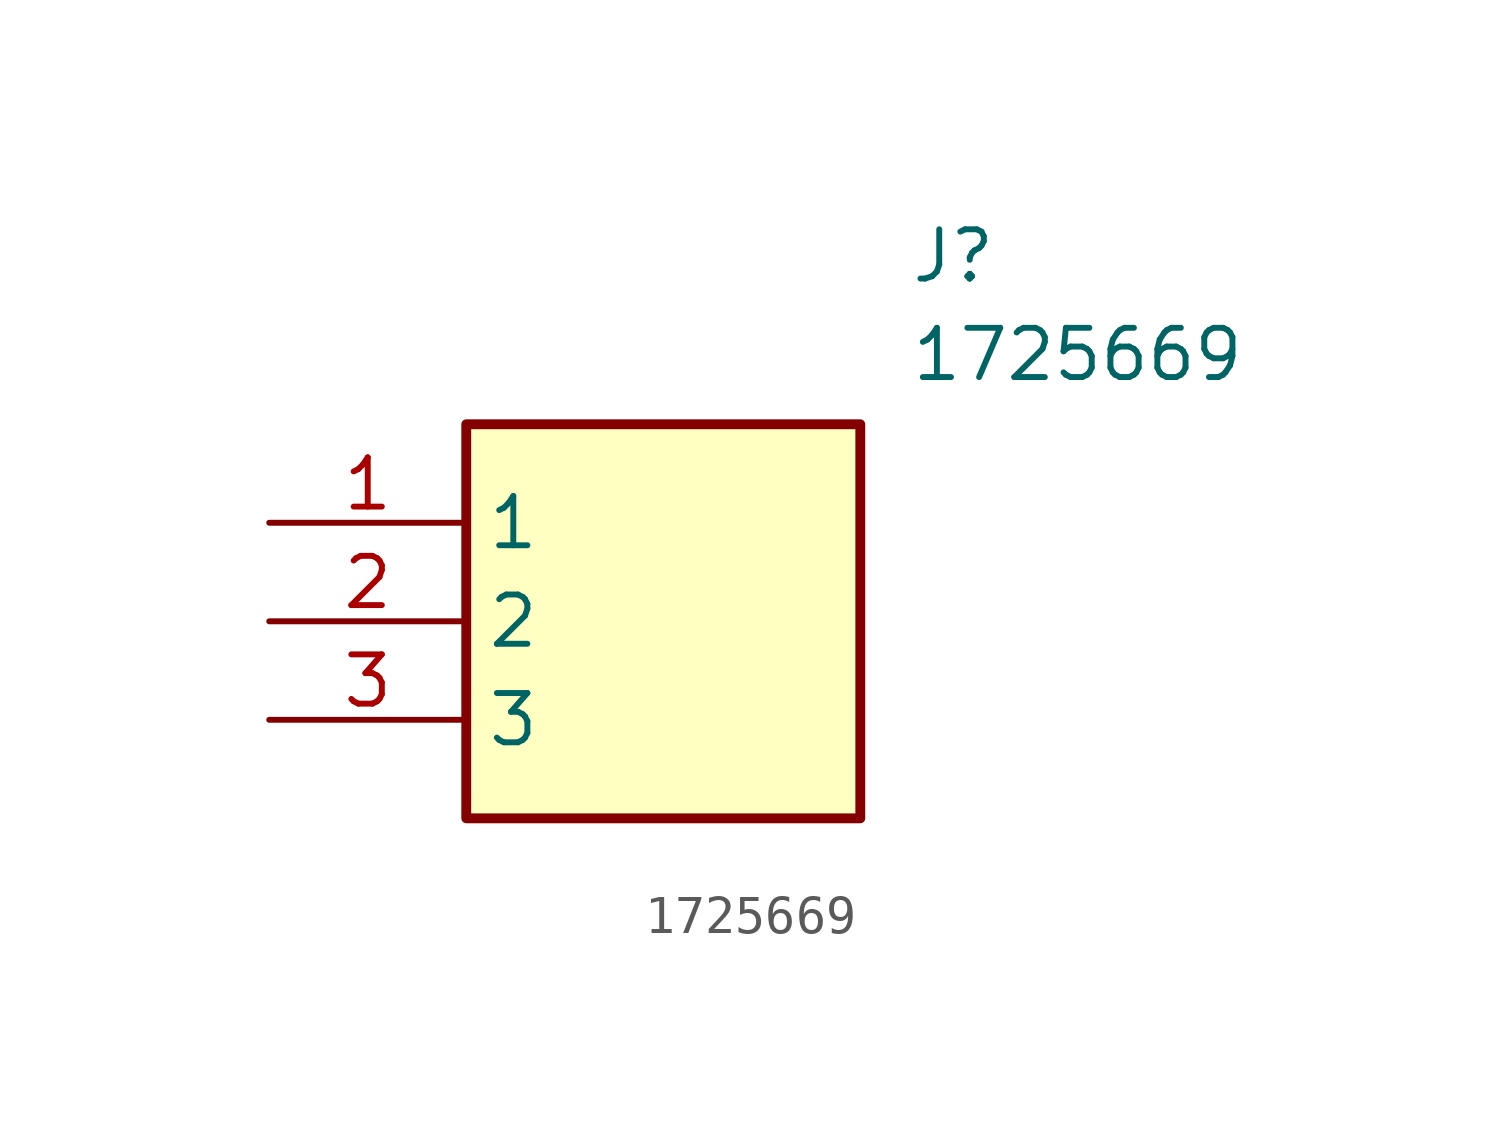
<source format=kicad_sym>
(kicad_symbol_lib
  (version 20211014)
  (generator SamacSys_ECAD_Model)
  (symbol "1725669"
    (property "Reference" "J"
      (at 16.51 7.62 0)
      (effects (font (size 1.27 1.27)) (justify left top)))
    (property "Value" "1725669"
      (at 16.51 5.08 0)
      (effects (font (size 1.27 1.27)) (justify left top)))
    (rectangle
      (start 5.08 2.54)
      (end 15.24 -7.62)
      (stroke (width 0.254) (type default))
      (fill (type background)))
    (pin passive line
      (at 0 0 0)
      (length 5.08)
      (name "1" (effects (font (size 1.27 1.27))))
      (number "1" (effects (font (size 1.27 1.27)))))
    (pin passive line
      (at 0 -2.54 0)
      (length 5.08)
      (name "2" (effects (font (size 1.27 1.27))))
      (number "2" (effects (font (size 1.27 1.27)))))
    (pin passive line
      (at 0 -5.08 0)
      (length 5.08)
      (name "3" (effects (font (size 1.27 1.27))))
      (number "3" (effects (font (size 1.27 1.27)))))))
</source>
